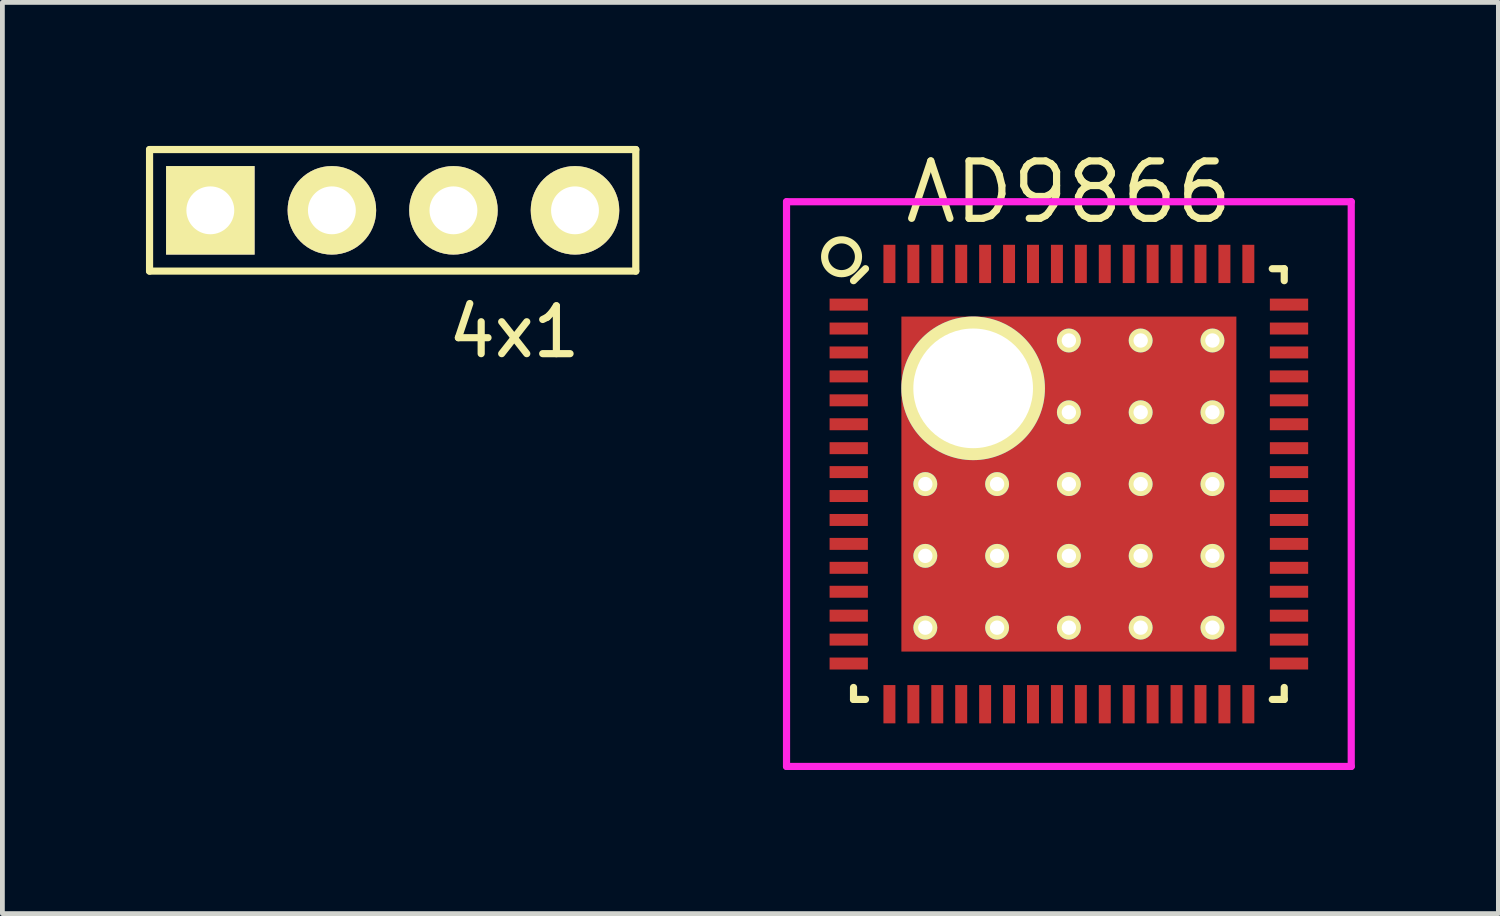
<source format=kicad_pcb>
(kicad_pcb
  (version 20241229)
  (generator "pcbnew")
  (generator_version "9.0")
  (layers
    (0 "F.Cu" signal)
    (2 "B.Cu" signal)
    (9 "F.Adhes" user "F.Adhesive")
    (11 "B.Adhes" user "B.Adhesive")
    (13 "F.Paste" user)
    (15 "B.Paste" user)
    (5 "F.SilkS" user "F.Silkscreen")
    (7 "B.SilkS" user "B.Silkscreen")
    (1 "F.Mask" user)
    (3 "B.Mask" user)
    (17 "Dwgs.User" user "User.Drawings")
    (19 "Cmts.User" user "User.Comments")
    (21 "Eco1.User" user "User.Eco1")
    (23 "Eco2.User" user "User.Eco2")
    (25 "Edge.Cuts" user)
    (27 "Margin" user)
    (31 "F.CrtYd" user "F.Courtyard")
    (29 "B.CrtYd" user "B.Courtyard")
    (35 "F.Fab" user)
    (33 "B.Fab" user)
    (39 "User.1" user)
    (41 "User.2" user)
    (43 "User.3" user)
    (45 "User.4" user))
  (footprint "AD9866"
    (layer "F.Cu")
    (at 19.285 7.065)
    (property "Reference" "AD9866" (at 0 -6.1 0) (layer "F.SilkS") (effects (font (size 1.2 1.2) (thickness 0.15))))
    (attr through_hole)
    (fp_line (start -4.5 -4.25) (end -4.25 -4.5) (stroke (width 0.15) (type solid)) (layer "F.SilkS"))
    (fp_line (start -4.5 4.5) (end -4.5 4.25) (stroke (width 0.15) (type solid)) (layer "F.SilkS"))
    (fp_line (start -4.25 4.5) (end -4.5 4.5) (stroke (width 0.15) (type solid)) (layer "F.SilkS"))
    (fp_line (start 4.25 -4.5) (end 4.5 -4.5) (stroke (width 0.15) (type solid)) (layer "F.SilkS"))
    (fp_line (start 4.25 4.5) (end 4.5 4.5) (stroke (width 0.15) (type solid)) (layer "F.SilkS"))
    (fp_line (start 4.5 -4.5) (end 4.5 -4.25) (stroke (width 0.15) (type solid)) (layer "F.SilkS"))
    (fp_line (start 4.5 4.5) (end 4.5 4.25) (stroke (width 0.15) (type solid)) (layer "F.SilkS"))
    (fp_circle (center -4.75 -4.75) (end -4.5 -4.5) (stroke (width 0.15) (type solid)) (fill no) (layer "F.SilkS"))
    (fp_line (start -5.9 -5.9) (end 5.9 -5.9) (stroke (width 0.15) (type solid)) (layer "F.CrtYd"))
    (fp_line (start -5.9 5.9) (end -5.9 -5.9) (stroke (width 0.15) (type solid)) (layer "F.CrtYd"))
    (fp_line (start 5.9 -5.9) (end 5.9 5.9) (stroke (width 0.15) (type solid)) (layer "F.CrtYd"))
    (fp_line (start 5.9 5.9) (end -5.9 5.9) (stroke (width 0.15) (type solid)) (layer "F.CrtYd"))
    (pad "1" smd rect (at -4.6 -3.75 90) (size 0.25 0.8) (layers "F.Cu" "F.Mask" "F.Paste"))
    (pad "2" smd rect (at -4.6 -3.25 90) (size 0.25 0.8) (layers "F.Cu" "F.Mask" "F.Paste"))
    (pad "3" smd rect (at -4.6 -2.75 90) (size 0.25 0.8) (layers "F.Cu" "F.Mask" "F.Paste"))
    (pad "4" smd rect (at -4.6 -2.25 90) (size 0.25 0.8) (layers "F.Cu" "F.Mask" "F.Paste"))
    (pad "5" smd rect (at -4.6 -1.75 90) (size 0.25 0.8) (layers "F.Cu" "F.Mask" "F.Paste"))
    (pad "6" smd rect (at -4.6 -1.25 90) (size 0.25 0.8) (layers "F.Cu" "F.Mask" "F.Paste"))
    (pad "7" smd rect (at -4.6 -0.75 90) (size 0.25 0.8) (layers "F.Cu" "F.Mask" "F.Paste"))
    (pad "8" smd rect (at -4.6 -0.25 90) (size 0.25 0.8) (layers "F.Cu" "F.Mask" "F.Paste"))
    (pad "9" smd rect (at -4.6 0.25 90) (size 0.25 0.8) (layers "F.Cu" "F.Mask" "F.Paste"))
    (pad "10" smd rect (at -4.6 0.75 90) (size 0.25 0.8) (layers "F.Cu" "F.Mask" "F.Paste"))
    (pad "11" smd rect (at -4.6 1.25 90) (size 0.25 0.8) (layers "F.Cu" "F.Mask" "F.Paste"))
    (pad "12" smd rect (at -4.6 1.75 90) (size 0.25 0.8) (layers "F.Cu" "F.Mask" "F.Paste"))
    (pad "13" smd rect (at -4.6 2.25 90) (size 0.25 0.8) (layers "F.Cu" "F.Mask" "F.Paste"))
    (pad "14" smd rect (at -4.6 2.75 90) (size 0.25 0.8) (layers "F.Cu" "F.Mask" "F.Paste"))
    (pad "15" smd rect (at -4.6 3.25 90) (size 0.25 0.8) (layers "F.Cu" "F.Mask" "F.Paste"))
    (pad "16" smd rect (at -4.6 3.75 90) (size 0.25 0.8) (layers "F.Cu" "F.Mask" "F.Paste"))
    (pad "17" smd rect (at -3.75 4.6) (size 0.25 0.8) (layers "F.Cu" "F.Mask" "F.Paste"))
    (pad "18" smd rect (at -3.25 4.6) (size 0.25 0.8) (layers "F.Cu" "F.Mask" "F.Paste"))
    (pad "19" smd rect (at -2.75 4.6) (size 0.25 0.8) (layers "F.Cu" "F.Mask" "F.Paste"))
    (pad "20" smd rect (at -2.25 4.6) (size 0.25 0.8) (layers "F.Cu" "F.Mask" "F.Paste"))
    (pad "21" smd rect (at -1.75 4.6) (size 0.25 0.8) (layers "F.Cu" "F.Mask" "F.Paste"))
    (pad "22" smd rect (at -1.25 4.6) (size 0.25 0.8) (layers "F.Cu" "F.Mask" "F.Paste"))
    (pad "23" smd rect (at -0.75 4.6) (size 0.25 0.8) (layers "F.Cu" "F.Mask" "F.Paste"))
    (pad "24" smd rect (at -0.25 4.6) (size 0.25 0.8) (layers "F.Cu" "F.Mask" "F.Paste"))
    (pad "25" smd rect (at 0.25 4.6) (size 0.25 0.8) (layers "F.Cu" "F.Mask" "F.Paste"))
    (pad "26" smd rect (at 0.75 4.6) (size 0.25 0.8) (layers "F.Cu" "F.Mask" "F.Paste"))
    (pad "27" smd rect (at 1.25 4.6) (size 0.25 0.8) (layers "F.Cu" "F.Mask" "F.Paste"))
    (pad "28" smd rect (at 1.75 4.6) (size 0.25 0.8) (layers "F.Cu" "F.Mask" "F.Paste"))
    (pad "29" smd rect (at 2.25 4.6) (size 0.25 0.8) (layers "F.Cu" "F.Mask" "F.Paste"))
    (pad "30" smd rect (at 2.75 4.6) (size 0.25 0.8) (layers "F.Cu" "F.Mask" "F.Paste"))
    (pad "31" smd rect (at 3.25 4.6) (size 0.25 0.8) (layers "F.Cu" "F.Mask" "F.Paste"))
    (pad "32" smd rect (at 3.75 4.6) (size 0.25 0.8) (layers "F.Cu" "F.Mask" "F.Paste"))
    (pad "33" smd rect (at 4.6 3.75 90) (size 0.25 0.8) (layers "F.Cu" "F.Mask" "F.Paste"))
    (pad "34" smd rect (at 4.6 3.25 90) (size 0.25 0.8) (layers "F.Cu" "F.Mask" "F.Paste"))
    (pad "35" smd rect (at 4.6 2.75 90) (size 0.25 0.8) (layers "F.Cu" "F.Mask" "F.Paste"))
    (pad "36" smd rect (at 4.6 2.25 90) (size 0.25 0.8) (layers "F.Cu" "F.Mask" "F.Paste"))
    (pad "37" smd rect (at 4.6 1.75 90) (size 0.25 0.8) (layers "F.Cu" "F.Mask" "F.Paste"))
    (pad "38" smd rect (at 4.6 1.25 90) (size 0.25 0.8) (layers "F.Cu" "F.Mask" "F.Paste"))
    (pad "39" smd rect (at 4.6 0.75 90) (size 0.25 0.8) (layers "F.Cu" "F.Mask" "F.Paste"))
    (pad "40" smd rect (at 4.6 0.25 90) (size 0.25 0.8) (layers "F.Cu" "F.Mask" "F.Paste"))
    (pad "41" smd rect (at 4.6 -0.25 90) (size 0.25 0.8) (layers "F.Cu" "F.Mask" "F.Paste"))
    (pad "42" smd rect (at 4.6 -0.75 90) (size 0.25 0.8) (layers "F.Cu" "F.Mask" "F.Paste"))
    (pad "43" smd rect (at 4.6 -1.25 90) (size 0.25 0.8) (layers "F.Cu" "F.Mask" "F.Paste"))
    (pad "44" smd rect (at 4.6 -1.75 90) (size 0.25 0.8) (layers "F.Cu" "F.Mask" "F.Paste"))
    (pad "45" smd rect (at 4.6 -2.25 90) (size 0.25 0.8) (layers "F.Cu" "F.Mask" "F.Paste"))
    (pad "46" smd rect (at 4.6 -2.75 90) (size 0.25 0.8) (layers "F.Cu" "F.Mask" "F.Paste"))
    (pad "47" smd rect (at 4.6 -3.25 90) (size 0.25 0.8) (layers "F.Cu" "F.Mask" "F.Paste"))
    (pad "48" smd rect (at 4.6 -3.75 90) (size 0.25 0.8) (layers "F.Cu" "F.Mask" "F.Paste"))
    (pad "49" smd rect (at 3.75 -4.6) (size 0.25 0.8) (layers "F.Cu" "F.Mask" "F.Paste"))
    (pad "50" smd rect (at 3.25 -4.6) (size 0.25 0.8) (layers "F.Cu" "F.Mask" "F.Paste"))
    (pad "51" smd rect (at 2.75 -4.6) (size 0.25 0.8) (layers "F.Cu" "F.Mask" "F.Paste"))
    (pad "52" smd rect (at 2.25 -4.6) (size 0.25 0.8) (layers "F.Cu" "F.Mask" "F.Paste"))
    (pad "53" smd rect (at 1.75 -4.6) (size 0.25 0.8) (layers "F.Cu" "F.Mask" "F.Paste"))
    (pad "54" smd rect (at 1.25 -4.6) (size 0.25 0.8) (layers "F.Cu" "F.Mask" "F.Paste"))
    (pad "55" smd rect (at 0.75 -4.6) (size 0.25 0.8) (layers "F.Cu" "F.Mask" "F.Paste"))
    (pad "56" smd rect (at 0.25 -4.6) (size 0.25 0.8) (layers "F.Cu" "F.Mask" "F.Paste"))
    (pad "57" smd rect (at -0.25 -4.6) (size 0.25 0.8) (layers "F.Cu" "F.Mask" "F.Paste"))
    (pad "58" smd rect (at -0.75 -4.6) (size 0.25 0.8) (layers "F.Cu" "F.Mask" "F.Paste"))
    (pad "59" smd rect (at -1.25 -4.6) (size 0.25 0.8) (layers "F.Cu" "F.Mask" "F.Paste"))
    (pad "60" smd rect (at -1.75 -4.6) (size 0.25 0.8) (layers "F.Cu" "F.Mask" "F.Paste"))
    (pad "61" smd rect (at -2.25 -4.6) (size 0.25 0.8) (layers "F.Cu" "F.Mask" "F.Paste"))
    (pad "62" smd rect (at -2.75 -4.6) (size 0.25 0.8) (layers "F.Cu" "F.Mask" "F.Paste"))
    (pad "63" smd rect (at -3.25 -4.6) (size 0.25 0.8) (layers "F.Cu" "F.Mask" "F.Paste"))
    (pad "64" smd rect (at -3.75 -4.6) (size 0.25 0.8) (layers "F.Cu" "F.Mask" "F.Paste"))
    (pad "65" thru_hole circle (at -3 0) (size 0.5 0.5) (drill 0.3) (layers "*.Cu" "*.Mask" "F.SilkS"))
    (pad "65" thru_hole circle (at -3 1.5) (size 0.5 0.5) (drill 0.3) (layers "*.Cu" "*.Mask" "F.SilkS"))
    (pad "65" thru_hole circle (at -3 3) (size 0.5 0.5) (drill 0.3) (layers "*.Cu" "*.Mask" "F.SilkS"))
    (pad "65" thru_hole circle (at -2 -2) (size 3 3) (drill 2.5) (layers "*.Cu" "*.Mask" "F.SilkS"))
    (pad "65" smd rect (at -1.75 -1.75) (size 2.5 2.5) (layers "F.Cu" "F.Mask" "F.Paste"))
    (pad "65" smd rect (at -1.75 1.75) (size 2.5 2.5) (layers "F.Cu" "F.Mask" "F.Paste"))
    (pad "65" thru_hole circle (at -1.5 0) (size 0.5 0.5) (drill 0.3) (layers "*.Cu" "*.Mask" "F.SilkS"))
    (pad "65" thru_hole circle (at -1.5 1.5) (size 0.5 0.5) (drill 0.3) (layers "*.Cu" "*.Mask" "F.SilkS"))
    (pad "65" thru_hole circle (at -1.5 3) (size 0.5 0.5) (drill 0.3) (layers "*.Cu" "*.Mask" "F.SilkS"))
    (pad "65" thru_hole circle (at 0 -3) (size 0.5 0.5) (drill 0.3) (layers "*.Cu" "*.Mask" "F.SilkS"))
    (pad "65" thru_hole circle (at 0 -1.5) (size 0.5 0.5) (drill 0.3) (layers "*.Cu" "*.Mask" "F.SilkS"))
    (pad "65" thru_hole circle (at 0 0) (size 0.5 0.5) (drill 0.3) (layers "*.Cu" "*.Mask" "F.SilkS"))
    (pad "65" smd rect (at 0 0) (size 7 7) (layers "F.Cu" "F.Mask"))
    (pad "65" thru_hole circle (at 0 1.5) (size 0.5 0.5) (drill 0.3) (layers "*.Cu" "*.Mask" "F.SilkS"))
    (pad "65" thru_hole circle (at 0 3) (size 0.5 0.5) (drill 0.3) (layers "*.Cu" "*.Mask" "F.SilkS"))
    (pad "65" thru_hole circle (at 1.5 -3) (size 0.5 0.5) (drill 0.3) (layers "*.Cu" "*.Mask" "F.SilkS"))
    (pad "65" thru_hole circle (at 1.5 -1.5) (size 0.5 0.5) (drill 0.3) (layers "*.Cu" "*.Mask" "F.SilkS"))
    (pad "65" thru_hole circle (at 1.5 0) (size 0.5 0.5) (drill 0.3) (layers "*.Cu" "*.Mask" "F.SilkS"))
    (pad "65" thru_hole circle (at 1.5 1.5) (size 0.5 0.5) (drill 0.3) (layers "*.Cu" "*.Mask" "F.SilkS"))
    (pad "65" thru_hole circle (at 1.5 3) (size 0.5 0.5) (drill 0.3) (layers "*.Cu" "*.Mask" "F.SilkS"))
    (pad "65" smd rect (at 1.75 -1.75) (size 2.5 2.5) (layers "F.Cu" "F.Mask" "F.Paste"))
    (pad "65" smd rect (at 1.75 1.75) (size 2.5 2.5) (layers "F.Cu" "F.Mask" "F.Paste"))
    (pad "65" thru_hole circle (at 3 -3) (size 0.5 0.5) (drill 0.3) (layers "*.Cu" "*.Mask" "F.SilkS"))
    (pad "65" thru_hole circle (at 3 -1.5) (size 0.5 0.5) (drill 0.3) (layers "*.Cu" "*.Mask" "F.SilkS"))
    (pad "65" thru_hole circle (at 3 0) (size 0.5 0.5) (drill 0.3) (layers "*.Cu" "*.Mask" "F.SilkS"))
    (pad "65" thru_hole circle (at 3 1.5) (size 0.5 0.5) (drill 0.3) (layers "*.Cu" "*.Mask" "F.SilkS"))
    (pad "65" thru_hole circle (at 3 3) (size 0.5 0.5) (drill 0.3) (layers "*.Cu" "*.Mask" "F.SilkS")))
  (footprint "4x1"
    (layer "F.Cu")
    (at 1.345 1.345)
    (property "Reference" "4x1" (at 6.35 2.54 0) (layer "F.SilkS") (effects (font (size 1 1) (thickness 0.15))))
    (attr through_hole)
    (fp_line (start -1.27 -1.27) (end -1.27 1.27) (stroke (width 0.15) (type solid)) (layer "F.SilkS"))
    (fp_line (start -1.27 1.27) (end 8.89 1.27) (stroke (width 0.15) (type solid)) (layer "F.SilkS"))
    (fp_line (start 8.89 -1.27) (end -1.27 -1.27) (stroke (width 0.15) (type solid)) (layer "F.SilkS"))
    (fp_line (start 8.89 1.27) (end 8.89 -1.27) (stroke (width 0.15) (type solid)) (layer "F.SilkS"))
    (pad "1" thru_hole rect (at 0 0) (size 1.85 1.85) (drill 1) (layers "*.Cu" "*.Mask" "F.SilkS"))
    (pad "2" thru_hole circle (at 2.54 0) (size 1.85 1.85) (drill 1) (layers "*.Cu" "*.Mask" "F.SilkS"))
    (pad "3" thru_hole circle (at 5.08 0) (size 1.85 1.85) (drill 1) (layers "*.Cu" "*.Mask" "F.SilkS"))
    (pad "4" thru_hole circle (at 7.62 0) (size 1.85 1.85) (drill 1) (layers "*.Cu" "*.Mask" "F.SilkS")))
  (gr_rect
    (start -3 -3)
    (end 28.26 16.04)
    (stroke (width 0.1) (type default))
    (fill no)
    (layer "Edge.Cuts")))
</source>
